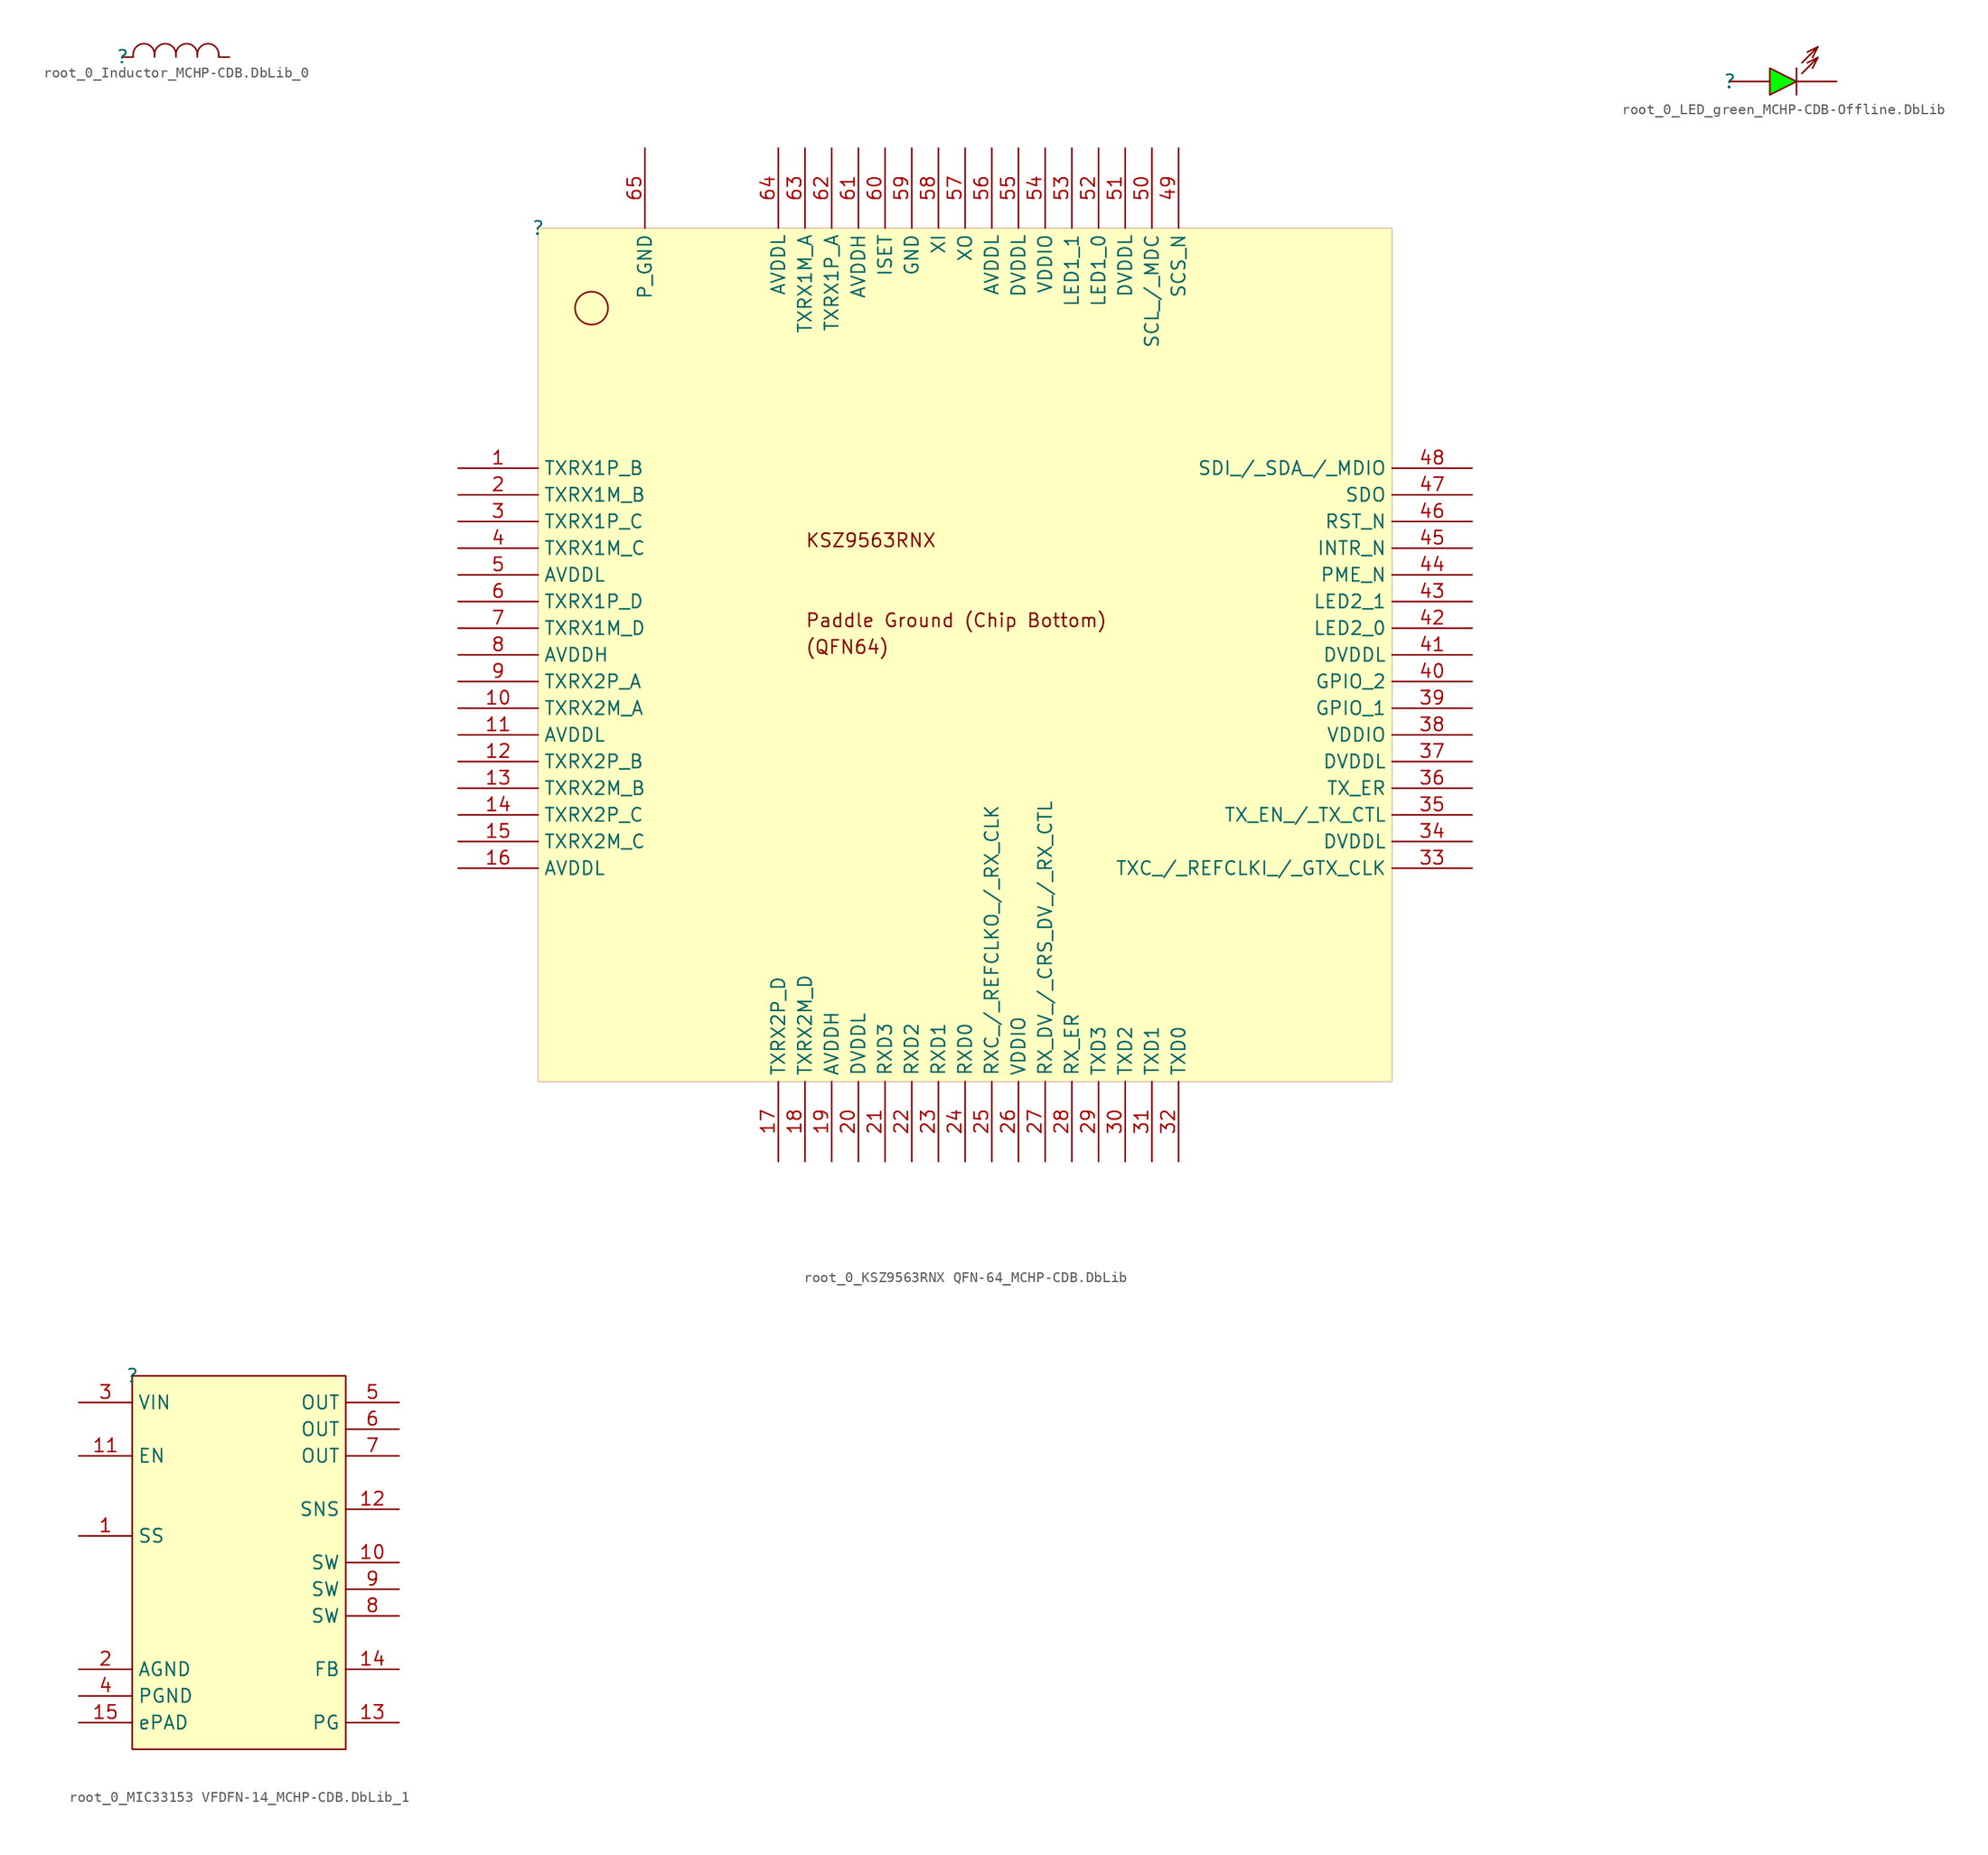
<source format=kicad_sym>
(kicad_symbol_lib
  (version 20241209)
  (generator "kicad_symbol_editor")
  (generator_version "9.0")
  (symbol "root_0_Inductor_MCHP-CDB.DbLib_0"
    (pin_numbers
      (hide yes))
    (pin_names
      (hide yes))
    (property "Reference" ""
      (at 0 0 0)
      (effects (font (size 1.27 1.27))))
    (property "Value" ""
      (at 0 0 0)
      (effects (font (size 1.27 1.27))))
    (symbol "root_0_Inductor_MCHP-CDB.DbLib_0_1_0"
      (polyline (pts (xy 1.016 0) (xy 1.016 0.254)) (stroke (width 0) (type solid)) (fill (type none)))
      (arc (start 1.016 0.254) (mid 2.032 1.27) (end 3.048 0.254) (stroke (width 0) (type solid)) (fill (type none)))
      (polyline (pts (xy 3.048 0) (xy 3.048 0.254)) (stroke (width 0) (type solid)) (fill (type none)))
      (arc (start 3.048 0.254) (mid 4.064 1.27) (end 5.08 0.254) (stroke (width 0) (type solid)) (fill (type none)))
      (polyline (pts (xy 5.08 0) (xy 5.08 0.254)) (stroke (width 0) (type solid)) (fill (type none)))
      (arc (start 5.08 0.254) (mid 6.096 1.27) (end 7.112 0.254) (stroke (width 0) (type solid)) (fill (type none)))
      (polyline (pts (xy 7.112 0) (xy 7.112 0.254)) (stroke (width 0) (type solid)) (fill (type none)))
      (arc (start 7.112 0.254) (mid 8.128 1.27) (end 9.144 0.254) (stroke (width 0) (type solid)) (fill (type none)))
      (polyline (pts (xy 9.144 0) (xy 9.144 0.254)) (stroke (width 0) (type solid)) (fill (type none)))
      (pin passive line (at 0 0 0) (length 1.016) (name "S" (effects (font (size 1.27 1.27)))) (number "1" (effects (font (size 1.27 1.27)))))
      (pin passive line (at 10.16 0 180) (length 1.016) (name "F" (effects (font (size 1.27 1.27)))) (number "2" (effects (font (size 1.27 1.27)))))))
  (symbol "root_0_KSZ9563RNX QFN-64_MCHP-CDB.DbLib"
    (property "Reference" ""
      (at 0 0 0)
      (effects (font (size 1.27 1.27))))
    (property "Value" ""
      (at 0 0 0)
      (effects (font (size 1.27 1.27))))
    (symbol "root_0_KSZ9563RNX QFN-64_MCHP-CDB.DbLib_1_0"
      (circle (center 5.08 -7.62) (radius 1.568) (stroke (width 0) (type solid)) (fill (type none)))
      (rectangle (start 81.28 0) (end 0 -81.28) (stroke (width 0.025) (type solid) (color 128 0 0 1)) (fill (type background)))
      (text "KSZ9563RNX" (at 25.4 -30.48 0) (effects (font (size 1.27 1.27)) (justify left bottom)))
      (text "Paddle Ground (Chip Bottom)" (at 25.4 -38.1 0) (effects (font (size 1.27 1.27)) (justify left bottom)))
      (text "(QFN64)" (at 25.4 -40.64 0) (effects (font (size 1.27 1.27)) (justify left bottom)))
      (pin bidirectional line (at -7.62 -22.86 0) (length 7.62) (name "TXRX1P_B" (effects (font (size 1.27 1.27)))) (number "1" (effects (font (size 1.27 1.27)))))
      (pin bidirectional line (at -7.62 -25.4 0) (length 7.62) (name "TXRX1M_B" (effects (font (size 1.27 1.27)))) (number "2" (effects (font (size 1.27 1.27)))))
      (pin bidirectional line (at -7.62 -27.94 0) (length 7.62) (name "TXRX1P_C" (effects (font (size 1.27 1.27)))) (number "3" (effects (font (size 1.27 1.27)))))
      (pin bidirectional line (at -7.62 -30.48 0) (length 7.62) (name "TXRX1M_C" (effects (font (size 1.27 1.27)))) (number "4" (effects (font (size 1.27 1.27)))))
      (pin power_in line (at -7.62 -33.02 0) (length 7.62) (name "AVDDL" (effects (font (size 1.27 1.27)))) (number "5" (effects (font (size 1.27 1.27)))))
      (pin bidirectional line (at -7.62 -35.56 0) (length 7.62) (name "TXRX1P_D" (effects (font (size 1.27 1.27)))) (number "6" (effects (font (size 1.27 1.27)))))
      (pin bidirectional line (at -7.62 -38.1 0) (length 7.62) (name "TXRX1M_D" (effects (font (size 1.27 1.27)))) (number "7" (effects (font (size 1.27 1.27)))))
      (pin power_in line (at -7.62 -40.64 0) (length 7.62) (name "AVDDH" (effects (font (size 1.27 1.27)))) (number "8" (effects (font (size 1.27 1.27)))))
      (pin bidirectional line (at -7.62 -43.18 0) (length 7.62) (name "TXRX2P_A" (effects (font (size 1.27 1.27)))) (number "9" (effects (font (size 1.27 1.27)))))
      (pin bidirectional line (at -7.62 -45.72 0) (length 7.62) (name "TXRX2M_A" (effects (font (size 1.27 1.27)))) (number "10" (effects (font (size 1.27 1.27)))))
      (pin power_in line (at -7.62 -48.26 0) (length 7.62) (name "AVDDL" (effects (font (size 1.27 1.27)))) (number "11" (effects (font (size 1.27 1.27)))))
      (pin bidirectional line (at -7.62 -50.8 0) (length 7.62) (name "TXRX2P_B" (effects (font (size 1.27 1.27)))) (number "12" (effects (font (size 1.27 1.27)))))
      (pin bidirectional line (at -7.62 -53.34 0) (length 7.62) (name "TXRX2M_B" (effects (font (size 1.27 1.27)))) (number "13" (effects (font (size 1.27 1.27)))))
      (pin bidirectional line (at -7.62 -55.88 0) (length 7.62) (name "TXRX2P_C" (effects (font (size 1.27 1.27)))) (number "14" (effects (font (size 1.27 1.27)))))
      (pin bidirectional line (at -7.62 -58.42 0) (length 7.62) (name "TXRX2M_C" (effects (font (size 1.27 1.27)))) (number "15" (effects (font (size 1.27 1.27)))))
      (pin power_in line (at -7.62 -60.96 0) (length 7.62) (name "AVDDL" (effects (font (size 1.27 1.27)))) (number "16" (effects (font (size 1.27 1.27)))))
      (pin passive line (at 10.16 7.62 270) (length 7.62) (name "P_GND" (effects (font (size 1.27 1.27)))) (number "65" (effects (font (size 1.27 1.27)))))
      (pin power_in line (at 22.86 7.62 270) (length 7.62) (name "AVDDL" (effects (font (size 1.27 1.27)))) (number "64" (effects (font (size 1.27 1.27)))))
      (pin bidirectional line (at 22.86 -88.9 90) (length 7.62) (name "TXRX2P_D" (effects (font (size 1.27 1.27)))) (number "17" (effects (font (size 1.27 1.27)))))
      (pin bidirectional line (at 25.4 7.62 270) (length 7.62) (name "TXRX1M_A" (effects (font (size 1.27 1.27)))) (number "63" (effects (font (size 1.27 1.27)))))
      (pin bidirectional line (at 25.4 -88.9 90) (length 7.62) (name "TXRX2M_D" (effects (font (size 1.27 1.27)))) (number "18" (effects (font (size 1.27 1.27)))))
      (pin bidirectional line (at 27.94 7.62 270) (length 7.62) (name "TXRX1P_A" (effects (font (size 1.27 1.27)))) (number "62" (effects (font (size 1.27 1.27)))))
      (pin power_in line (at 27.94 -88.9 90) (length 7.62) (name "AVDDH" (effects (font (size 1.27 1.27)))) (number "19" (effects (font (size 1.27 1.27)))))
      (pin power_in line (at 30.48 7.62 270) (length 7.62) (name "AVDDH" (effects (font (size 1.27 1.27)))) (number "61" (effects (font (size 1.27 1.27)))))
      (pin power_in line (at 30.48 -88.9 90) (length 7.62) (name "DVDDL" (effects (font (size 1.27 1.27)))) (number "20" (effects (font (size 1.27 1.27)))))
      (pin output line (at 33.02 7.62 270) (length 7.62) (name "ISET" (effects (font (size 1.27 1.27)))) (number "60" (effects (font (size 1.27 1.27)))))
      (pin bidirectional line (at 33.02 -88.9 90) (length 7.62) (name "RXD3" (effects (font (size 1.27 1.27)))) (number "21" (effects (font (size 1.27 1.27)))))
      (pin passive line (at 35.56 7.62 270) (length 7.62) (name "GND" (effects (font (size 1.27 1.27)))) (number "59" (effects (font (size 1.27 1.27)))))
      (pin bidirectional line (at 35.56 -88.9 90) (length 7.62) (name "RXD2" (effects (font (size 1.27 1.27)))) (number "22" (effects (font (size 1.27 1.27)))))
      (pin input line (at 38.1 7.62 270) (length 7.62) (name "XI" (effects (font (size 1.27 1.27)))) (number "58" (effects (font (size 1.27 1.27)))))
      (pin bidirectional line (at 38.1 -88.9 90) (length 7.62) (name "RXD1" (effects (font (size 1.27 1.27)))) (number "23" (effects (font (size 1.27 1.27)))))
      (pin output line (at 40.64 7.62 270) (length 7.62) (name "XO" (effects (font (size 1.27 1.27)))) (number "57" (effects (font (size 1.27 1.27)))))
      (pin bidirectional line (at 40.64 -88.9 90) (length 7.62) (name "RXD0" (effects (font (size 1.27 1.27)))) (number "24" (effects (font (size 1.27 1.27)))))
      (pin power_in line (at 43.18 7.62 270) (length 7.62) (name "AVDDL" (effects (font (size 1.27 1.27)))) (number "56" (effects (font (size 1.27 1.27)))))
      (pin bidirectional line (at 43.18 -88.9 90) (length 7.62) (name "RXC_/_REFCLKO_/_RX_CLK" (effects (font (size 1.27 1.27)))) (number "25" (effects (font (size 1.27 1.27)))))
      (pin power_in line (at 45.72 7.62 270) (length 7.62) (name "DVDDL" (effects (font (size 1.27 1.27)))) (number "55" (effects (font (size 1.27 1.27)))))
      (pin power_in line (at 45.72 -88.9 90) (length 7.62) (name "VDDIO" (effects (font (size 1.27 1.27)))) (number "26" (effects (font (size 1.27 1.27)))))
      (pin power_in line (at 48.26 7.62 270) (length 7.62) (name "VDDIO" (effects (font (size 1.27 1.27)))) (number "54" (effects (font (size 1.27 1.27)))))
      (pin bidirectional line (at 48.26 -88.9 90) (length 7.62) (name "RX_DV_/_CRS_DV_/_RX_CTL" (effects (font (size 1.27 1.27)))) (number "27" (effects (font (size 1.27 1.27)))))
      (pin bidirectional line (at 50.8 7.62 270) (length 7.62) (name "LED1_1" (effects (font (size 1.27 1.27)))) (number "53" (effects (font (size 1.27 1.27)))))
      (pin bidirectional line (at 50.8 -88.9 90) (length 7.62) (name "RX_ER" (effects (font (size 1.27 1.27)))) (number "28" (effects (font (size 1.27 1.27)))))
      (pin bidirectional line (at 53.34 7.62 270) (length 7.62) (name "LED1_0" (effects (font (size 1.27 1.27)))) (number "52" (effects (font (size 1.27 1.27)))))
      (pin input line (at 53.34 -88.9 90) (length 7.62) (name "TXD3" (effects (font (size 1.27 1.27)))) (number "29" (effects (font (size 1.27 1.27)))))
      (pin power_in line (at 55.88 7.62 270) (length 7.62) (name "DVDDL" (effects (font (size 1.27 1.27)))) (number "51" (effects (font (size 1.27 1.27)))))
      (pin input line (at 55.88 -88.9 90) (length 7.62) (name "TXD2" (effects (font (size 1.27 1.27)))) (number "30" (effects (font (size 1.27 1.27)))))
      (pin input line (at 58.42 7.62 270) (length 7.62) (name "SCL_/_MDC" (effects (font (size 1.27 1.27)))) (number "50" (effects (font (size 1.27 1.27)))))
      (pin input line (at 58.42 -88.9 90) (length 7.62) (name "TXD1" (effects (font (size 1.27 1.27)))) (number "31" (effects (font (size 1.27 1.27)))))
      (pin input line (at 60.96 7.62 270) (length 7.62) (name "SCS_N" (effects (font (size 1.27 1.27)))) (number "49" (effects (font (size 1.27 1.27)))))
      (pin input line (at 60.96 -88.9 90) (length 7.62) (name "TXD0" (effects (font (size 1.27 1.27)))) (number "32" (effects (font (size 1.27 1.27)))))
      (pin bidirectional line (at 88.9 -22.86 180) (length 7.62) (name "SDI_/_SDA_/_MDIO" (effects (font (size 1.27 1.27)))) (number "48" (effects (font (size 1.27 1.27)))))
      (pin bidirectional line (at 88.9 -25.4 180) (length 7.62) (name "SDO" (effects (font (size 1.27 1.27)))) (number "47" (effects (font (size 1.27 1.27)))))
      (pin input line (at 88.9 -27.94 180) (length 7.62) (name "RST_N" (effects (font (size 1.27 1.27)))) (number "46" (effects (font (size 1.27 1.27)))))
      (pin bidirectional line (at 88.9 -30.48 180) (length 7.62) (name "INTR_N" (effects (font (size 1.27 1.27)))) (number "45" (effects (font (size 1.27 1.27)))))
      (pin bidirectional line (at 88.9 -33.02 180) (length 7.62) (name "PME_N" (effects (font (size 1.27 1.27)))) (number "44" (effects (font (size 1.27 1.27)))))
      (pin bidirectional line (at 88.9 -35.56 180) (length 7.62) (name "LED2_1" (effects (font (size 1.27 1.27)))) (number "43" (effects (font (size 1.27 1.27)))))
      (pin bidirectional line (at 88.9 -38.1 180) (length 7.62) (name "LED2_0" (effects (font (size 1.27 1.27)))) (number "42" (effects (font (size 1.27 1.27)))))
      (pin power_in line (at 88.9 -40.64 180) (length 7.62) (name "DVDDL" (effects (font (size 1.27 1.27)))) (number "41" (effects (font (size 1.27 1.27)))))
      (pin bidirectional line (at 88.9 -43.18 180) (length 7.62) (name "GPIO_2" (effects (font (size 1.27 1.27)))) (number "40" (effects (font (size 1.27 1.27)))))
      (pin bidirectional line (at 88.9 -45.72 180) (length 7.62) (name "GPIO_1" (effects (font (size 1.27 1.27)))) (number "39" (effects (font (size 1.27 1.27)))))
      (pin power_in line (at 88.9 -48.26 180) (length 7.62) (name "VDDIO" (effects (font (size 1.27 1.27)))) (number "38" (effects (font (size 1.27 1.27)))))
      (pin power_in line (at 88.9 -50.8 180) (length 7.62) (name "DVDDL" (effects (font (size 1.27 1.27)))) (number "37" (effects (font (size 1.27 1.27)))))
      (pin input line (at 88.9 -53.34 180) (length 7.62) (name "TX_ER" (effects (font (size 1.27 1.27)))) (number "36" (effects (font (size 1.27 1.27)))))
      (pin input line (at 88.9 -55.88 180) (length 7.62) (name "TX_EN_/_TX_CTL" (effects (font (size 1.27 1.27)))) (number "35" (effects (font (size 1.27 1.27)))))
      (pin power_in line (at 88.9 -58.42 180) (length 7.62) (name "DVDDL" (effects (font (size 1.27 1.27)))) (number "34" (effects (font (size 1.27 1.27)))))
      (pin bidirectional line (at 88.9 -60.96 180) (length 7.62) (name "TXC_/_REFCLKI_/_GTX_CLK" (effects (font (size 1.27 1.27)))) (number "33" (effects (font (size 1.27 1.27)))))))
  (symbol "root_0_LED_green_MCHP-CDB-Offline.DbLib"
    (pin_numbers
      (hide yes))
    (pin_names
      (hide yes))
    (property "Reference" ""
      (at 0 0 0)
      (effects (font (size 1.27 1.27))))
    (property "Value" ""
      (at 0 0 0)
      (effects (font (size 1.27 1.27))))
    (symbol "root_0_LED_green_MCHP-CDB-Offline.DbLib_1_0"
      (polyline (pts (xy 3.81 -1.27) (xy 6.35 0) (xy 3.81 1.27) (xy 3.81 -1.27)) (stroke (width 0) (type solid)) (fill (type color) (color 0 255 0 1)))
      (polyline (pts (xy 6.35 1.27) (xy 6.35 -1.27)) (stroke (width 0) (type solid)) (fill (type none)))
      (polyline (pts (xy 7.366 2.794) (xy 8.382 3.302)) (stroke (width 0) (type solid)) (fill (type none)))
      (polyline (pts (xy 7.366 1.778) (xy 8.382 2.286)) (stroke (width 0) (type solid)) (fill (type none)))
      (polyline (pts (xy 7.874 2.286) (xy 8.382 3.302)) (stroke (width 0) (type solid)) (fill (type none)))
      (polyline (pts (xy 7.874 1.27) (xy 8.382 2.286)) (stroke (width 0) (type solid)) (fill (type none)))
      (polyline (pts (xy 8.382 3.302) (xy 6.858 1.778)) (stroke (width 0) (type solid)) (fill (type none)))
      (polyline (pts (xy 8.382 2.286) (xy 6.858 0.762)) (stroke (width 0) (type solid)) (fill (type none)))
      (pin passive line (at 0 0 0) (length 3.81) (name "A" (effects (font (size 1.27 1.27)))) (number "1" (effects (font (size 1.27 1.27)))))
      (pin passive line (at 10.16 0 180) (length 3.81) (name "K" (effects (font (size 1.27 1.27)))) (number "2" (effects (font (size 1.27 1.27)))))))
  (symbol "root_0_MIC33153 VFDFN-14_MCHP-CDB.DbLib_1"
    (property "Reference" ""
      (at 0 0 0)
      (effects (font (size 1.27 1.27))))
    (property "Value" ""
      (at 0 0 0)
      (effects (font (size 1.27 1.27))))
    (symbol "root_0_MIC33153 VFDFN-14_MCHP-CDB.DbLib_1_1_0"
      (rectangle (start 20.32 0) (end 0 -35.56) (stroke (width 0) (type solid) (color 128 0 0 1)) (fill (type background)))
      (pin power_in line (at -5.08 -2.54 0) (length 5.08) (name "VIN" (effects (font (size 1.27 1.27)))) (number "3" (effects (font (size 1.27 1.27)))))
      (pin input line (at -5.08 -7.62 0) (length 5.08) (name "EN" (effects (font (size 1.27 1.27)))) (number "11" (effects (font (size 1.27 1.27)))))
      (pin power_in line (at -5.08 -15.24 0) (length 5.08) (name "SS" (effects (font (size 1.27 1.27)))) (number "1" (effects (font (size 1.27 1.27)))))
      (pin power_in line (at -5.08 -27.94 0) (length 5.08) (name "AGND" (effects (font (size 1.27 1.27)))) (number "2" (effects (font (size 1.27 1.27)))))
      (pin power_in line (at -5.08 -30.48 0) (length 5.08) (name "PGND" (effects (font (size 1.27 1.27)))) (number "4" (effects (font (size 1.27 1.27)))))
      (pin power_in line (at -5.08 -33.02 0) (length 5.08) (name "ePAD" (effects (font (size 1.27 1.27)))) (number "15" (effects (font (size 1.27 1.27)))))
      (pin output line (at 25.4 -2.54 180) (length 5.08) (name "OUT" (effects (font (size 1.27 1.27)))) (number "5" (effects (font (size 1.27 1.27)))))
      (pin output line (at 25.4 -5.08 180) (length 5.08) (name "OUT" (effects (font (size 1.27 1.27)))) (number "6" (effects (font (size 1.27 1.27)))))
      (pin output line (at 25.4 -7.62 180) (length 5.08) (name "OUT" (effects (font (size 1.27 1.27)))) (number "7" (effects (font (size 1.27 1.27)))))
      (pin input line (at 25.4 -12.7 180) (length 5.08) (name "SNS" (effects (font (size 1.27 1.27)))) (number "12" (effects (font (size 1.27 1.27)))))
      (pin output line (at 25.4 -17.78 180) (length 5.08) (name "SW" (effects (font (size 1.27 1.27)))) (number "10" (effects (font (size 1.27 1.27)))))
      (pin output line (at 25.4 -20.32 180) (length 5.08) (name "SW" (effects (font (size 1.27 1.27)))) (number "9" (effects (font (size 1.27 1.27)))))
      (pin output line (at 25.4 -22.86 180) (length 5.08) (name "SW" (effects (font (size 1.27 1.27)))) (number "8" (effects (font (size 1.27 1.27)))))
      (pin input line (at 25.4 -27.94 180) (length 5.08) (name "FB" (effects (font (size 1.27 1.27)))) (number "14" (effects (font (size 1.27 1.27)))))
      (pin open_collector line (at 25.4 -33.02 180) (length 5.08) (name "PG" (effects (font (size 1.27 1.27)))) (number "13" (effects (font (size 1.27 1.27))))))))
</source>
